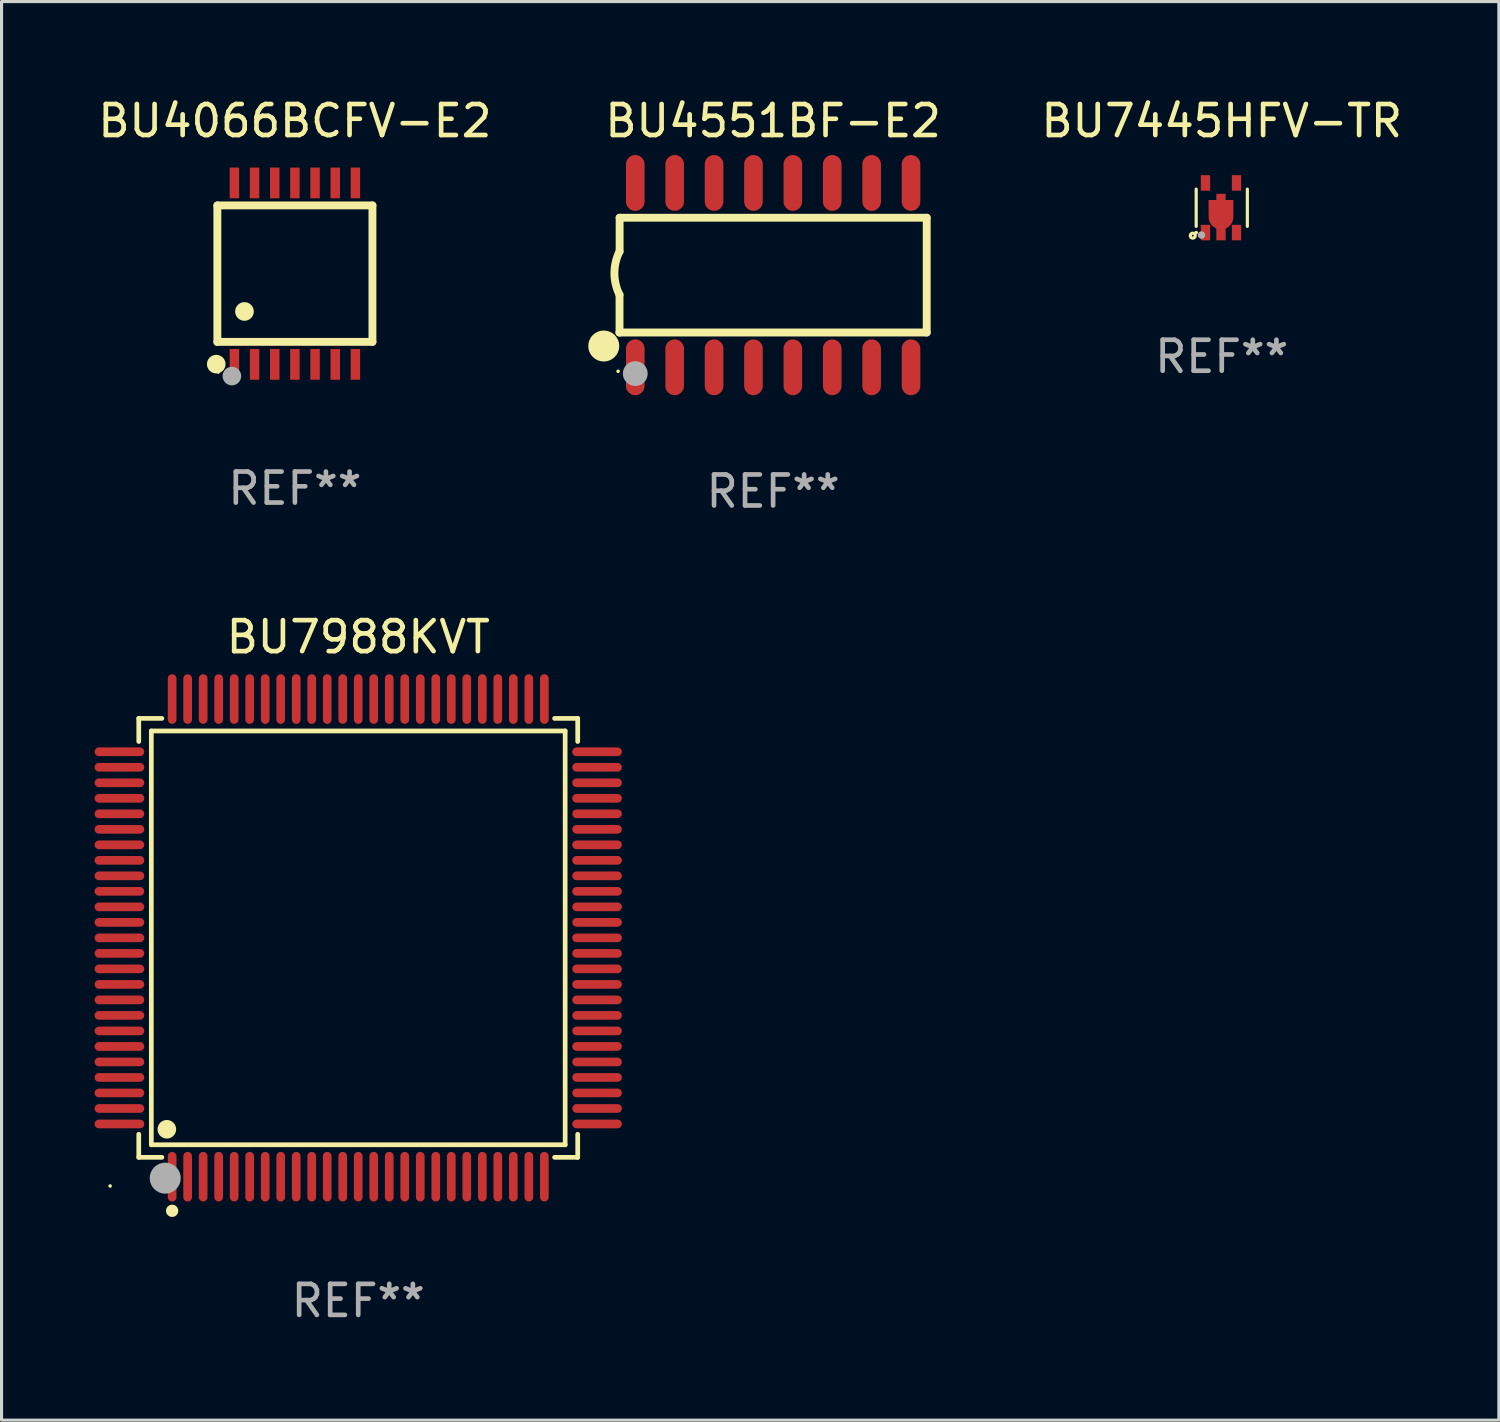
<source format=kicad_pcb>
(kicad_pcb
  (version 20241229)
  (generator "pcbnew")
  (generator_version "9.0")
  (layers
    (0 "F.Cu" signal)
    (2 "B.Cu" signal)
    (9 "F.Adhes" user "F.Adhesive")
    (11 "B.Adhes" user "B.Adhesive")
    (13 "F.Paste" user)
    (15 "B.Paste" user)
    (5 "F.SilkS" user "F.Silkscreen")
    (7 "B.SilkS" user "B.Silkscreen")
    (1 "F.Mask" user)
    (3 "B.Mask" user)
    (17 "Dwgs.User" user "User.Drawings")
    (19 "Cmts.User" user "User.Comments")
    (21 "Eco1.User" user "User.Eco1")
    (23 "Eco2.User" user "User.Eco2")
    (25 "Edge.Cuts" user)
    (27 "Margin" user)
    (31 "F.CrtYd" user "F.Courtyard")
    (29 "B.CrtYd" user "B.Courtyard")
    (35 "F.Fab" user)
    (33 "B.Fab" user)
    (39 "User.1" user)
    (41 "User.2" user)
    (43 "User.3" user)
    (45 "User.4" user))
  (footprint "BU7445HFV-TR"
    (layer "F.Cu")
    (at 36.341 3.648)
    (property "Reference" "BU7445HFV-TR" (at 0 -2.8 0) (layer "F.SilkS") (effects (font (size 1 1) (thickness 0.15))))
    (attr through_hole)
    (fp_line (start -0.825 -0.6) (end -0.825 0.6) (stroke (width 0.102) (type solid)) (layer "F.SilkS"))
    (fp_line (start 0.825 -0.6) (end 0.825 0.6) (stroke (width 0.102) (type solid)) (layer "F.SilkS"))
    (fp_circle (center -0.935 0.9) (end -0.855 0.9) (stroke (width 0.102) (type solid)) (fill no) (layer "F.SilkS"))
    (fp_circle (center -0.825 0.8) (end -0.795 0.8) (stroke (width 0.06) (type solid)) (fill no) (layer "F.SilkS"))
    (fp_circle (center -0.655 0.88) (end -0.595 0.88) (stroke (width 0.12) (type solid)) (fill no) (layer "F.Fab"))
    (fp_text user "REF**" (at 0 4.8 0) (layer "F.Fab") (effects (font (size 1 1) (thickness 0.15))))
    (pad "1" smd rect (at -0.525 0.8) (size 0.3 0.5) (layers "F.Cu" "F.Mask" "F.Paste"))
    (pad "2" smd custom (at -0.025 0.3) (size 0.8 1.5) (layers "F.Cu" "F.Mask" "F.Paste") (options (anchor circle)) (primitives (gr_poly (pts (xy -0.15 -0.75) (xy 0.15 -0.75) (xy 0.15 -0.55) (xy 0.4 -0.55) (xy 0.4 -0.05) (xy 0.15 -0.05) (xy 0.15 0.75) (xy -0.15 0.75) (xy -0.15 -0.05) (xy -0.4 -0.05) (xy -0.4 -0.05) (xy -0.4 -0.55) (xy -0.4 -0.55) (xy -0.15 -0.55) (xy -0.15 -0.75)) (width 0) (fill yes))))
    (pad "3" smd rect (at 0.475 0.8) (size 0.3 0.5) (layers "F.Cu" "F.Mask" "F.Paste"))
    (pad "4" smd rect (at 0.475 -0.8) (size 0.3 0.5) (layers "F.Cu" "F.Mask" "F.Paste"))
    (pad "5" smd rect (at -0.525 -0.8) (size 0.3 0.5) (layers "F.Cu" "F.Mask" "F.Paste")))
  (footprint "BU4551BF-E2"
    (layer "F.Cu")
    (at 21.876 5.82)
    (property "Reference" "BU4551BF-E2" (at 0 -4.972 0) (layer "F.SilkS") (effects (font (size 1 1) (thickness 0.15))))
    (attr through_hole)
    (fp_line (start -4.952 0.635) (end -4.952 1.85) (stroke (width 0.254) (type solid)) (layer "F.SilkS"))
    (fp_line (start -4.952 1.85) (end -4.949 1.85) (stroke (width 0.254) (type solid)) (layer "F.SilkS"))
    (fp_line (start -4.949 -1.85) (end -4.949 -0.762) (stroke (width 0.254) (type solid)) (layer "F.SilkS"))
    (fp_line (start -4.949 1.85) (end 4.952 1.85) (stroke (width 0.254) (type solid)) (layer "F.SilkS"))
    (fp_line (start 4.952 -1.85) (end -4.949 -1.85) (stroke (width 0.254) (type solid)) (layer "F.SilkS"))
    (fp_line (start 4.952 1.85) (end 4.952 -1.85) (stroke (width 0.254) (type solid)) (layer "F.SilkS"))
    (fp_arc (start -4.951499 0.635128) (mid -5.116393 -0.063373) (end -4.951499 -0.761875) (stroke (width 0.254001) (type solid)) (layer "F.SilkS"))
    (fp_circle (center -5.46 2.286) (end -5.21 2.286) (stroke (width 0.5) (type solid)) (fill no) (layer "F.SilkS"))
    (fp_circle (center -4.998 3.1) (end -4.968 3.1) (stroke (width 0.06) (type solid)) (fill no) (layer "F.SilkS"))
    (fp_circle (center -4.444 3.175) (end -4.244 3.175) (stroke (width 0.4) (type solid)) (fill no) (layer "F.Fab"))
    (fp_text user "REF**" (at 0 6.972 0) (layer "F.Fab") (effects (font (size 1 1) (thickness 0.15))))
    (pad "1" smd oval (at -4.444 2.972) (size 0.6 1.8) (layers "F.Cu" "F.Mask" "F.Paste"))
    (pad "2" smd oval (at -3.174 2.972) (size 0.6 1.8) (layers "F.Cu" "F.Mask" "F.Paste"))
    (pad "3" smd oval (at -1.904 2.972) (size 0.6 1.8) (layers "F.Cu" "F.Mask" "F.Paste"))
    (pad "4" smd oval (at -0.634 2.972) (size 0.6 1.8) (layers "F.Cu" "F.Mask" "F.Paste"))
    (pad "5" smd oval (at 0.636 2.972) (size 0.6 1.8) (layers "F.Cu" "F.Mask" "F.Paste"))
    (pad "6" smd oval (at 1.906 2.972) (size 0.6 1.8) (layers "F.Cu" "F.Mask" "F.Paste"))
    (pad "7" smd oval (at 3.176 2.972) (size 0.6 1.8) (layers "F.Cu" "F.Mask" "F.Paste"))
    (pad "8" smd oval (at 4.446 2.972) (size 0.6 1.8) (layers "F.Cu" "F.Mask" "F.Paste"))
    (pad "9" smd oval (at 4.446 -2.972) (size 0.6 1.8) (layers "F.Cu" "F.Mask" "F.Paste"))
    (pad "10" smd oval (at 3.176 -2.972) (size 0.6 1.8) (layers "F.Cu" "F.Mask" "F.Paste"))
    (pad "11" smd oval (at 1.906 -2.972) (size 0.6 1.8) (layers "F.Cu" "F.Mask" "F.Paste"))
    (pad "12" smd oval (at 0.636 -2.972) (size 0.6 1.8) (layers "F.Cu" "F.Mask" "F.Paste"))
    (pad "13" smd oval (at -0.634 -2.972) (size 0.6 1.8) (layers "F.Cu" "F.Mask" "F.Paste"))
    (pad "14" smd oval (at -1.904 -2.972) (size 0.6 1.8) (layers "F.Cu" "F.Mask" "F.Paste"))
    (pad "15" smd oval (at -3.174 -2.972) (size 0.6 1.8) (layers "F.Cu" "F.Mask" "F.Paste"))
    (pad "16" smd oval (at -4.444 -2.972) (size 0.6 1.8) (layers "F.Cu" "F.Mask" "F.Paste")))
  (footprint "BU7988KVT"
    (layer "F.Cu")
    (at 8.5 27.188)
    (property "Reference" "BU7988KVT" (at 0 -9.7 0) (layer "F.SilkS") (effects (font (size 1 1) (thickness 0.15))))
    (attr through_hole)
    (fp_line (start -7.076 -7.076) (end -6.331 -7.076) (stroke (width 0.152) (type solid)) (layer "F.SilkS"))
    (fp_line (start -7.076 -6.331) (end -7.076 -7.076) (stroke (width 0.152) (type solid)) (layer "F.SilkS"))
    (fp_line (start -7.076 6.331) (end -7.076 7.076) (stroke (width 0.152) (type solid)) (layer "F.SilkS"))
    (fp_line (start -7.076 7.076) (end -6.331 7.076) (stroke (width 0.152) (type solid)) (layer "F.SilkS"))
    (fp_line (start -6.671 -6.671) (end 6.671 -6.671) (stroke (width 0.152) (type solid)) (layer "F.SilkS"))
    (fp_line (start -6.671 6.671) (end -6.671 -6.671) (stroke (width 0.152) (type solid)) (layer "F.SilkS"))
    (fp_line (start 6.671 -6.671) (end 6.671 6.671) (stroke (width 0.152) (type solid)) (layer "F.SilkS"))
    (fp_line (start 6.671 6.671) (end -6.671 6.671) (stroke (width 0.152) (type solid)) (layer "F.SilkS"))
    (fp_line (start 7.076 -7.076) (end 6.331 -7.076) (stroke (width 0.152) (type solid)) (layer "F.SilkS"))
    (fp_line (start 7.076 -6.331) (end 7.076 -7.076) (stroke (width 0.152) (type solid)) (layer "F.SilkS"))
    (fp_line (start 7.076 6.331) (end 7.076 7.076) (stroke (width 0.152) (type solid)) (layer "F.SilkS"))
    (fp_line (start 7.076 7.076) (end 6.331 7.076) (stroke (width 0.152) (type solid)) (layer "F.SilkS"))
    (fp_circle (center -8 8) (end -7.97 8) (stroke (width 0.06) (type solid)) (fill no) (layer "F.SilkS"))
    (fp_circle (center -6.171 6.171) (end -6.021 6.171) (stroke (width 0.3) (type solid)) (fill no) (layer "F.SilkS"))
    (fp_circle (center -6 8.8) (end -5.9 8.8) (stroke (width 0.2) (type solid)) (fill no) (layer "F.SilkS"))
    (fp_circle (center -6.223 7.747) (end -5.973 7.747) (stroke (width 0.5) (type solid)) (fill no) (layer "F.Fab"))
    (fp_text user "REF**" (at 0 11.7 0) (layer "F.Fab") (effects (font (size 1 1) (thickness 0.15))))
    (pad "1" smd oval (at -6 7.7) (size 0.28 1.6) (layers "F.Cu" "F.Mask" "F.Paste"))
    (pad "2" smd oval (at -5.5 7.7) (size 0.28 1.6) (layers "F.Cu" "F.Mask" "F.Paste"))
    (pad "3" smd oval (at -5 7.7) (size 0.28 1.6) (layers "F.Cu" "F.Mask" "F.Paste"))
    (pad "4" smd oval (at -4.5 7.7) (size 0.28 1.6) (layers "F.Cu" "F.Mask" "F.Paste"))
    (pad "5" smd oval (at -4 7.7) (size 0.28 1.6) (layers "F.Cu" "F.Mask" "F.Paste"))
    (pad "6" smd oval (at -3.5 7.7) (size 0.28 1.6) (layers "F.Cu" "F.Mask" "F.Paste"))
    (pad "7" smd oval (at -3 7.7) (size 0.28 1.6) (layers "F.Cu" "F.Mask" "F.Paste"))
    (pad "8" smd oval (at -2.5 7.7) (size 0.28 1.6) (layers "F.Cu" "F.Mask" "F.Paste"))
    (pad "9" smd oval (at -2 7.7) (size 0.28 1.6) (layers "F.Cu" "F.Mask" "F.Paste"))
    (pad "10" smd oval (at -1.5 7.7) (size 0.28 1.6) (layers "F.Cu" "F.Mask" "F.Paste"))
    (pad "11" smd oval (at -1 7.7) (size 0.28 1.6) (layers "F.Cu" "F.Mask" "F.Paste"))
    (pad "12" smd oval (at -0.5 7.7) (size 0.28 1.6) (layers "F.Cu" "F.Mask" "F.Paste"))
    (pad "13" smd oval (at 0 7.7) (size 0.28 1.6) (layers "F.Cu" "F.Mask" "F.Paste"))
    (pad "14" smd oval (at 0.5 7.7) (size 0.28 1.6) (layers "F.Cu" "F.Mask" "F.Paste"))
    (pad "15" smd oval (at 1 7.7) (size 0.28 1.6) (layers "F.Cu" "F.Mask" "F.Paste"))
    (pad "16" smd oval (at 1.5 7.7) (size 0.28 1.6) (layers "F.Cu" "F.Mask" "F.Paste"))
    (pad "17" smd oval (at 2 7.7) (size 0.28 1.6) (layers "F.Cu" "F.Mask" "F.Paste"))
    (pad "18" smd oval (at 2.5 7.7) (size 0.28 1.6) (layers "F.Cu" "F.Mask" "F.Paste"))
    (pad "19" smd oval (at 3 7.7) (size 0.28 1.6) (layers "F.Cu" "F.Mask" "F.Paste"))
    (pad "20" smd oval (at 3.5 7.7) (size 0.28 1.6) (layers "F.Cu" "F.Mask" "F.Paste"))
    (pad "21" smd oval (at 4 7.7) (size 0.28 1.6) (layers "F.Cu" "F.Mask" "F.Paste"))
    (pad "22" smd oval (at 4.5 7.7) (size 0.28 1.6) (layers "F.Cu" "F.Mask" "F.Paste"))
    (pad "23" smd oval (at 5 7.7) (size 0.28 1.6) (layers "F.Cu" "F.Mask" "F.Paste"))
    (pad "24" smd oval (at 5.5 7.7) (size 0.28 1.6) (layers "F.Cu" "F.Mask" "F.Paste"))
    (pad "25" smd oval (at 6 7.7) (size 0.28 1.6) (layers "F.Cu" "F.Mask" "F.Paste"))
    (pad "26" smd oval (at 7.7 6) (size 1.6 0.28) (layers "F.Cu" "F.Mask" "F.Paste"))
    (pad "27" smd oval (at 7.7 5.5) (size 1.6 0.28) (layers "F.Cu" "F.Mask" "F.Paste"))
    (pad "28" smd oval (at 7.7 5) (size 1.6 0.28) (layers "F.Cu" "F.Mask" "F.Paste"))
    (pad "29" smd oval (at 7.7 4.5) (size 1.6 0.28) (layers "F.Cu" "F.Mask" "F.Paste"))
    (pad "30" smd oval (at 7.7 4) (size 1.6 0.28) (layers "F.Cu" "F.Mask" "F.Paste"))
    (pad "31" smd oval (at 7.7 3.5) (size 1.6 0.28) (layers "F.Cu" "F.Mask" "F.Paste"))
    (pad "32" smd oval (at 7.7 3) (size 1.6 0.28) (layers "F.Cu" "F.Mask" "F.Paste"))
    (pad "33" smd oval (at 7.7 2.5) (size 1.6 0.28) (layers "F.Cu" "F.Mask" "F.Paste"))
    (pad "34" smd oval (at 7.7 2) (size 1.6 0.28) (layers "F.Cu" "F.Mask" "F.Paste"))
    (pad "35" smd oval (at 7.7 1.5) (size 1.6 0.28) (layers "F.Cu" "F.Mask" "F.Paste"))
    (pad "36" smd oval (at 7.7 1) (size 1.6 0.28) (layers "F.Cu" "F.Mask" "F.Paste"))
    (pad "37" smd oval (at 7.7 0.5) (size 1.6 0.28) (layers "F.Cu" "F.Mask" "F.Paste"))
    (pad "38" smd oval (at 7.7 0) (size 1.6 0.28) (layers "F.Cu" "F.Mask" "F.Paste"))
    (pad "39" smd oval (at 7.7 -0.5) (size 1.6 0.28) (layers "F.Cu" "F.Mask" "F.Paste"))
    (pad "40" smd oval (at 7.7 -1) (size 1.6 0.28) (layers "F.Cu" "F.Mask" "F.Paste"))
    (pad "41" smd oval (at 7.7 -1.5) (size 1.6 0.28) (layers "F.Cu" "F.Mask" "F.Paste"))
    (pad "42" smd oval (at 7.7 -2) (size 1.6 0.28) (layers "F.Cu" "F.Mask" "F.Paste"))
    (pad "43" smd oval (at 7.7 -2.5) (size 1.6 0.28) (layers "F.Cu" "F.Mask" "F.Paste"))
    (pad "44" smd oval (at 7.7 -3) (size 1.6 0.28) (layers "F.Cu" "F.Mask" "F.Paste"))
    (pad "45" smd oval (at 7.7 -3.5) (size 1.6 0.28) (layers "F.Cu" "F.Mask" "F.Paste"))
    (pad "46" smd oval (at 7.7 -4) (size 1.6 0.28) (layers "F.Cu" "F.Mask" "F.Paste"))
    (pad "47" smd oval (at 7.7 -4.5) (size 1.6 0.28) (layers "F.Cu" "F.Mask" "F.Paste"))
    (pad "48" smd oval (at 7.7 -5) (size 1.6 0.28) (layers "F.Cu" "F.Mask" "F.Paste"))
    (pad "49" smd oval (at 7.7 -5.5) (size 1.6 0.28) (layers "F.Cu" "F.Mask" "F.Paste"))
    (pad "50" smd oval (at 7.7 -6) (size 1.6 0.28) (layers "F.Cu" "F.Mask" "F.Paste"))
    (pad "51" smd oval (at 6 -7.7) (size 0.28 1.6) (layers "F.Cu" "F.Mask" "F.Paste"))
    (pad "52" smd oval (at 5.5 -7.7) (size 0.28 1.6) (layers "F.Cu" "F.Mask" "F.Paste"))
    (pad "53" smd oval (at 5 -7.7) (size 0.28 1.6) (layers "F.Cu" "F.Mask" "F.Paste"))
    (pad "54" smd oval (at 4.5 -7.7) (size 0.28 1.6) (layers "F.Cu" "F.Mask" "F.Paste"))
    (pad "55" smd oval (at 4 -7.7) (size 0.28 1.6) (layers "F.Cu" "F.Mask" "F.Paste"))
    (pad "56" smd oval (at 3.5 -7.7) (size 0.28 1.6) (layers "F.Cu" "F.Mask" "F.Paste"))
    (pad "57" smd oval (at 3 -7.7) (size 0.28 1.6) (layers "F.Cu" "F.Mask" "F.Paste"))
    (pad "58" smd oval (at 2.5 -7.7) (size 0.28 1.6) (layers "F.Cu" "F.Mask" "F.Paste"))
    (pad "59" smd oval (at 2 -7.7) (size 0.28 1.6) (layers "F.Cu" "F.Mask" "F.Paste"))
    (pad "60" smd oval (at 1.5 -7.7) (size 0.28 1.6) (layers "F.Cu" "F.Mask" "F.Paste"))
    (pad "61" smd oval (at 1 -7.7) (size 0.28 1.6) (layers "F.Cu" "F.Mask" "F.Paste"))
    (pad "62" smd oval (at 0.5 -7.7) (size 0.28 1.6) (layers "F.Cu" "F.Mask" "F.Paste"))
    (pad "63" smd oval (at 0 -7.7) (size 0.28 1.6) (layers "F.Cu" "F.Mask" "F.Paste"))
    (pad "64" smd oval (at -0.5 -7.7) (size 0.28 1.6) (layers "F.Cu" "F.Mask" "F.Paste"))
    (pad "65" smd oval (at -1 -7.7) (size 0.28 1.6) (layers "F.Cu" "F.Mask" "F.Paste"))
    (pad "66" smd oval (at -1.5 -7.7) (size 0.28 1.6) (layers "F.Cu" "F.Mask" "F.Paste"))
    (pad "67" smd oval (at -2 -7.7) (size 0.28 1.6) (layers "F.Cu" "F.Mask" "F.Paste"))
    (pad "68" smd oval (at -2.5 -7.7) (size 0.28 1.6) (layers "F.Cu" "F.Mask" "F.Paste"))
    (pad "69" smd oval (at -3 -7.7) (size 0.28 1.6) (layers "F.Cu" "F.Mask" "F.Paste"))
    (pad "70" smd oval (at -3.5 -7.7) (size 0.28 1.6) (layers "F.Cu" "F.Mask" "F.Paste"))
    (pad "71" smd oval (at -4 -7.7) (size 0.28 1.6) (layers "F.Cu" "F.Mask" "F.Paste"))
    (pad "72" smd oval (at -4.5 -7.7) (size 0.28 1.6) (layers "F.Cu" "F.Mask" "F.Paste"))
    (pad "73" smd oval (at -5 -7.7) (size 0.28 1.6) (layers "F.Cu" "F.Mask" "F.Paste"))
    (pad "74" smd oval (at -5.5 -7.7) (size 0.28 1.6) (layers "F.Cu" "F.Mask" "F.Paste"))
    (pad "75" smd oval (at -6 -7.7) (size 0.28 1.6) (layers "F.Cu" "F.Mask" "F.Paste"))
    (pad "76" smd oval (at -7.7 -6) (size 1.6 0.28) (layers "F.Cu" "F.Mask" "F.Paste"))
    (pad "77" smd oval (at -7.7 -5.5) (size 1.6 0.28) (layers "F.Cu" "F.Mask" "F.Paste"))
    (pad "78" smd oval (at -7.7 -5) (size 1.6 0.28) (layers "F.Cu" "F.Mask" "F.Paste"))
    (pad "79" smd oval (at -7.7 -4.5) (size 1.6 0.28) (layers "F.Cu" "F.Mask" "F.Paste"))
    (pad "80" smd oval (at -7.7 -4) (size 1.6 0.28) (layers "F.Cu" "F.Mask" "F.Paste"))
    (pad "81" smd oval (at -7.7 -3.5) (size 1.6 0.28) (layers "F.Cu" "F.Mask" "F.Paste"))
    (pad "82" smd oval (at -7.7 -3) (size 1.6 0.28) (layers "F.Cu" "F.Mask" "F.Paste"))
    (pad "83" smd oval (at -7.7 -2.5) (size 1.6 0.28) (layers "F.Cu" "F.Mask" "F.Paste"))
    (pad "84" smd oval (at -7.7 -2) (size 1.6 0.28) (layers "F.Cu" "F.Mask" "F.Paste"))
    (pad "85" smd oval (at -7.7 -1.5) (size 1.6 0.28) (layers "F.Cu" "F.Mask" "F.Paste"))
    (pad "86" smd oval (at -7.7 -1) (size 1.6 0.28) (layers "F.Cu" "F.Mask" "F.Paste"))
    (pad "87" smd oval (at -7.7 -0.5) (size 1.6 0.28) (layers "F.Cu" "F.Mask" "F.Paste"))
    (pad "88" smd oval (at -7.7 0) (size 1.6 0.28) (layers "F.Cu" "F.Mask" "F.Paste"))
    (pad "89" smd oval (at -7.7 0.5) (size 1.6 0.28) (layers "F.Cu" "F.Mask" "F.Paste"))
    (pad "90" smd oval (at -7.7 1) (size 1.6 0.28) (layers "F.Cu" "F.Mask" "F.Paste"))
    (pad "91" smd oval (at -7.7 1.5) (size 1.6 0.28) (layers "F.Cu" "F.Mask" "F.Paste"))
    (pad "92" smd oval (at -7.7 2) (size 1.6 0.28) (layers "F.Cu" "F.Mask" "F.Paste"))
    (pad "93" smd oval (at -7.7 2.5) (size 1.6 0.28) (layers "F.Cu" "F.Mask" "F.Paste"))
    (pad "94" smd oval (at -7.7 3) (size 1.6 0.28) (layers "F.Cu" "F.Mask" "F.Paste"))
    (pad "95" smd oval (at -7.7 3.5) (size 1.6 0.28) (layers "F.Cu" "F.Mask" "F.Paste"))
    (pad "96" smd oval (at -7.7 4) (size 1.6 0.28) (layers "F.Cu" "F.Mask" "F.Paste"))
    (pad "97" smd oval (at -7.7 4.5) (size 1.6 0.28) (layers "F.Cu" "F.Mask" "F.Paste"))
    (pad "98" smd oval (at -7.7 5) (size 1.6 0.28) (layers "F.Cu" "F.Mask" "F.Paste"))
    (pad "99" smd oval (at -7.7 5.5) (size 1.6 0.28) (layers "F.Cu" "F.Mask" "F.Paste"))
    (pad "100" smd oval (at -7.7 6) (size 1.6 0.28) (layers "F.Cu" "F.Mask" "F.Paste")))
  (footprint "BU4066BCFV-E2"
    (layer "F.Cu")
    (at 6.458 5.773)
    (property "Reference" "BU4066BCFV-E2" (at 0 -4.925 0) (layer "F.SilkS") (effects (font (size 1 1) (thickness 0.15))))
    (attr through_hole)
    (fp_line (start -2.5 2.2) (end -2.5 -2.2) (stroke (width 0.254) (type solid)) (layer "F.SilkS"))
    (fp_line (start -2.5 2.2) (end 2.5 2.2) (stroke (width 0.254) (type solid)) (layer "F.SilkS"))
    (fp_line (start 2.5 -2.2) (end -2.5 -2.2) (stroke (width 0.254) (type solid)) (layer "F.SilkS"))
    (fp_line (start 2.5 -2.2) (end 2.5 2.2) (stroke (width 0.254) (type solid)) (layer "F.SilkS"))
    (fp_circle (center -2.536 2.917) (end -2.386 2.917) (stroke (width 0.3) (type solid)) (fill no) (layer "F.SilkS"))
    (fp_circle (center -2.47 3.17) (end -2.44 3.17) (stroke (width 0.06) (type solid)) (fill no) (layer "F.SilkS"))
    (fp_circle (center -1.626 1.219) (end -1.475 1.219) (stroke (width 0.3) (type solid)) (fill no) (layer "F.SilkS"))
    (fp_circle (center -2.032 3.302) (end -1.882 3.302) (stroke (width 0.3) (type solid)) (fill no) (layer "F.Fab"))
    (fp_text user "REF**" (at 0 6.925 0) (layer "F.Fab") (effects (font (size 1 1) (thickness 0.15))))
    (pad "1" smd rect (at -1.95 2.925) (size 0.305 0.991) (layers "F.Cu" "F.Mask" "F.Paste"))
    (pad "2" smd rect (at -1.3 2.925) (size 0.305 0.991) (layers "F.Cu" "F.Mask" "F.Paste"))
    (pad "3" smd rect (at -0.65 2.925) (size 0.305 0.991) (layers "F.Cu" "F.Mask" "F.Paste"))
    (pad "4" smd rect (at 0 2.925) (size 0.305 0.991) (layers "F.Cu" "F.Mask" "F.Paste"))
    (pad "5" smd rect (at 0.65 2.925) (size 0.305 0.991) (layers "F.Cu" "F.Mask" "F.Paste"))
    (pad "6" smd rect (at 1.3 2.925) (size 0.305 0.991) (layers "F.Cu" "F.Mask" "F.Paste"))
    (pad "7" smd rect (at 1.95 2.925) (size 0.305 0.991) (layers "F.Cu" "F.Mask" "F.Paste"))
    (pad "8" smd rect (at 1.95 -2.925) (size 0.305 0.991) (layers "F.Cu" "F.Mask" "F.Paste"))
    (pad "9" smd rect (at 1.3 -2.925) (size 0.305 0.991) (layers "F.Cu" "F.Mask" "F.Paste"))
    (pad "10" smd rect (at 0.65 -2.925) (size 0.305 0.991) (layers "F.Cu" "F.Mask" "F.Paste"))
    (pad "11" smd rect (at 0 -2.925) (size 0.305 0.991) (layers "F.Cu" "F.Mask" "F.Paste"))
    (pad "12" smd rect (at -0.65 -2.925) (size 0.305 0.991) (layers "F.Cu" "F.Mask" "F.Paste"))
    (pad "13" smd rect (at -1.3 -2.925) (size 0.305 0.991) (layers "F.Cu" "F.Mask" "F.Paste"))
    (pad "14" smd rect (at -1.95 -2.925) (size 0.305 0.991) (layers "F.Cu" "F.Mask" "F.Paste")))
  (gr_rect
    (start -3 -3)
    (end 45.275 42.737)
    (stroke (width 0.1) (type default))
    (fill no)
    (layer "Edge.Cuts")))
</source>
